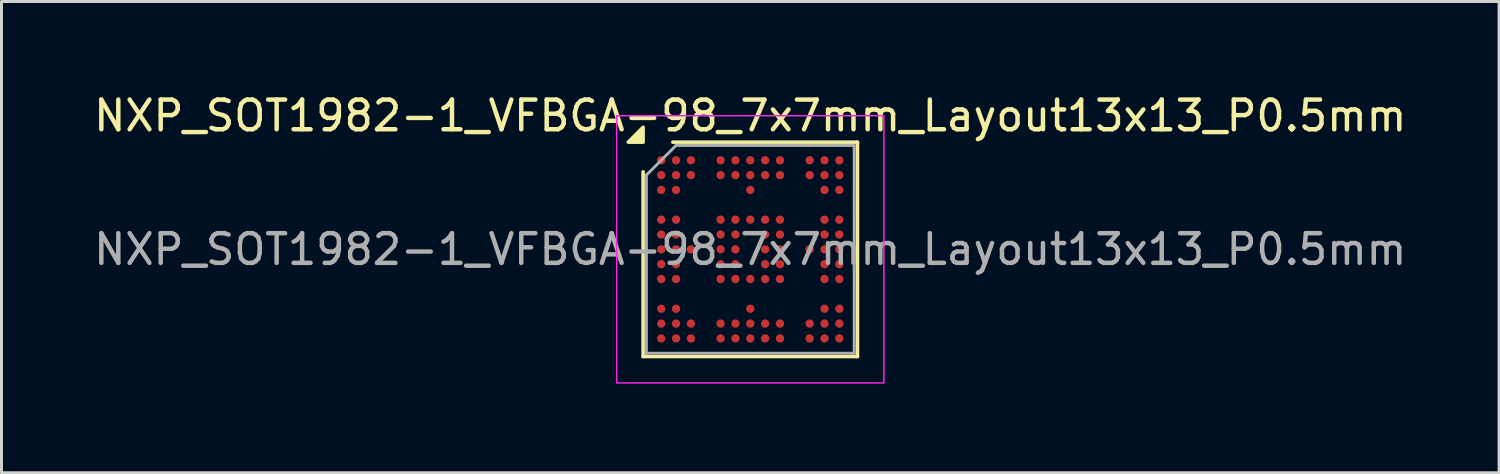
<source format=kicad_pcb>
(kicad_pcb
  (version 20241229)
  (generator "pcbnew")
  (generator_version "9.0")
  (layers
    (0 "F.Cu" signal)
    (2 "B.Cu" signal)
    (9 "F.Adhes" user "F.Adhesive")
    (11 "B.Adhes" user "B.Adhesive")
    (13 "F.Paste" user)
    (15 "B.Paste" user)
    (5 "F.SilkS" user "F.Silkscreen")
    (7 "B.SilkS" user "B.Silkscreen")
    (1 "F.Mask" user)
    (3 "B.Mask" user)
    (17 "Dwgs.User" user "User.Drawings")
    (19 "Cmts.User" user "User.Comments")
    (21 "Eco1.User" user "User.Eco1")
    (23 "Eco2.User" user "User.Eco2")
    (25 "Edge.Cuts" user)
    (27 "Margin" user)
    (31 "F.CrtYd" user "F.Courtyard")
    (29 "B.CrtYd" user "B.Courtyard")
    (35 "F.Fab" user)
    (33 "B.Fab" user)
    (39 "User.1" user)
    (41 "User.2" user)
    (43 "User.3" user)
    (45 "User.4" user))
  (footprint "NXP_SOT1982-1_VFBGA-98_7x7mm_Layout13x13_P0.5mm"
    (layer "F.Cu")
    (at 22.22 5.348)
    (property "Reference" "NXP_SOT1982-1_VFBGA-98_7x7mm_Layout13x13_P0.5mm" (at 0 -4.5 0) (layer "F.SilkS") (effects (font (size 1 1) (thickness 0.15))))
    (attr smd)
    (fp_line (start -3.61 3.61) (end -3.61 -2.61) (stroke (width 0.12) (type solid)) (layer "F.SilkS"))
    (fp_line (start -2.61 -3.61) (end 3.61 -3.61) (stroke (width 0.12) (type solid)) (layer "F.SilkS"))
    (fp_line (start 3.61 -3.61) (end 3.61 3.61) (stroke (width 0.12) (type solid)) (layer "F.SilkS"))
    (fp_line (start 3.61 3.61) (end -3.61 3.61) (stroke (width 0.12) (type solid)) (layer "F.SilkS"))
    (fp_poly (pts (xy -3.61 -3.61) (xy -4.11 -3.61) (xy -3.61 -4.11)) (stroke (width 0.12) (type solid)) (fill yes) (layer "F.SilkS"))
    (fp_rect (start -4.5 -4.5) (end 4.5 4.5) (stroke (width 0.05) (type solid)) (fill no) (layer "F.CrtYd"))
    (fp_line (start -3.5 -2.5) (end -2.5 -3.5) (stroke (width 0.1) (type solid)) (layer "F.Fab"))
    (fp_line (start -3.5 3.5) (end -3.5 -2.5) (stroke (width 0.1) (type solid)) (layer "F.Fab"))
    (fp_line (start -2.5 -3.5) (end 3.5 -3.5) (stroke (width 0.1) (type solid)) (layer "F.Fab"))
    (fp_line (start 3.5 -3.5) (end 3.5 3.5) (stroke (width 0.1) (type solid)) (layer "F.Fab"))
    (fp_line (start 3.5 3.5) (end -3.5 3.5) (stroke (width 0.1) (type solid)) (layer "F.Fab"))
    (fp_text user "${REFERENCE}" (at 0 0 0) (layer "F.Fab") (effects (font (size 1 1) (thickness 0.15))))
    (pad "A1" smd circle (at -3 -3) (size 0.28 0.28) (property pad_prop_bga) (layers "F.Cu" "F.Mask" "F.Paste"))
    (pad "A2" smd circle (at -2.5 -3) (size 0.28 0.28) (property pad_prop_bga) (layers "F.Cu" "F.Mask" "F.Paste"))
    (pad "A3" smd circle (at -2 -3) (size 0.28 0.28) (property pad_prop_bga) (layers "F.Cu" "F.Mask" "F.Paste"))
    (pad "A5" smd circle (at -1 -3) (size 0.28 0.28) (property pad_prop_bga) (layers "F.Cu" "F.Mask" "F.Paste"))
    (pad "A6" smd circle (at -0.5 -3) (size 0.28 0.28) (property pad_prop_bga) (layers "F.Cu" "F.Mask" "F.Paste"))
    (pad "A7" smd circle (at 0 -3) (size 0.28 0.28) (property pad_prop_bga) (layers "F.Cu" "F.Mask" "F.Paste"))
    (pad "A8" smd circle (at 0.5 -3) (size 0.28 0.28) (property pad_prop_bga) (layers "F.Cu" "F.Mask" "F.Paste"))
    (pad "A9" smd circle (at 1 -3) (size 0.28 0.28) (property pad_prop_bga) (layers "F.Cu" "F.Mask" "F.Paste"))
    (pad "A11" smd circle (at 2 -3) (size 0.28 0.28) (property pad_prop_bga) (layers "F.Cu" "F.Mask" "F.Paste"))
    (pad "A12" smd circle (at 2.5 -3) (size 0.28 0.28) (property pad_prop_bga) (layers "F.Cu" "F.Mask" "F.Paste"))
    (pad "A13" smd circle (at 3 -3) (size 0.28 0.28) (property pad_prop_bga) (layers "F.Cu" "F.Mask" "F.Paste"))
    (pad "B1" smd circle (at -3 -2.5) (size 0.28 0.28) (property pad_prop_bga) (layers "F.Cu" "F.Mask" "F.Paste"))
    (pad "B2" smd circle (at -2.5 -2.5) (size 0.28 0.28) (property pad_prop_bga) (layers "F.Cu" "F.Mask" "F.Paste"))
    (pad "B3" smd circle (at -2 -2.5) (size 0.28 0.28) (property pad_prop_bga) (layers "F.Cu" "F.Mask" "F.Paste"))
    (pad "B5" smd circle (at -1 -2.5) (size 0.28 0.28) (property pad_prop_bga) (layers "F.Cu" "F.Mask" "F.Paste"))
    (pad "B6" smd circle (at -0.5 -2.5) (size 0.28 0.28) (property pad_prop_bga) (layers "F.Cu" "F.Mask" "F.Paste"))
    (pad "B7" smd circle (at 0 -2.5) (size 0.28 0.28) (property pad_prop_bga) (layers "F.Cu" "F.Mask" "F.Paste"))
    (pad "B8" smd circle (at 0.5 -2.5) (size 0.28 0.28) (property pad_prop_bga) (layers "F.Cu" "F.Mask" "F.Paste"))
    (pad "B9" smd circle (at 1 -2.5) (size 0.28 0.28) (property pad_prop_bga) (layers "F.Cu" "F.Mask" "F.Paste"))
    (pad "B11" smd circle (at 2 -2.5) (size 0.28 0.28) (property pad_prop_bga) (layers "F.Cu" "F.Mask" "F.Paste"))
    (pad "B12" smd circle (at 2.5 -2.5) (size 0.28 0.28) (property pad_prop_bga) (layers "F.Cu" "F.Mask" "F.Paste"))
    (pad "B13" smd circle (at 3 -2.5) (size 0.28 0.28) (property pad_prop_bga) (layers "F.Cu" "F.Mask" "F.Paste"))
    (pad "C1" smd circle (at -3 -2) (size 0.28 0.28) (property pad_prop_bga) (layers "F.Cu" "F.Mask" "F.Paste"))
    (pad "C2" smd circle (at -2.5 -2) (size 0.28 0.28) (property pad_prop_bga) (layers "F.Cu" "F.Mask" "F.Paste"))
    (pad "C7" smd circle (at 0 -2) (size 0.28 0.28) (property pad_prop_bga) (layers "F.Cu" "F.Mask" "F.Paste"))
    (pad "C12" smd circle (at 2.5 -2) (size 0.28 0.28) (property pad_prop_bga) (layers "F.Cu" "F.Mask" "F.Paste"))
    (pad "C13" smd circle (at 3 -2) (size 0.28 0.28) (property pad_prop_bga) (layers "F.Cu" "F.Mask" "F.Paste"))
    (pad "E1" smd circle (at -3 -1) (size 0.28 0.28) (property pad_prop_bga) (layers "F.Cu" "F.Mask" "F.Paste"))
    (pad "E2" smd circle (at -2.5 -1) (size 0.28 0.28) (property pad_prop_bga) (layers "F.Cu" "F.Mask" "F.Paste"))
    (pad "E5" smd circle (at -1 -1) (size 0.28 0.28) (property pad_prop_bga) (layers "F.Cu" "F.Mask" "F.Paste"))
    (pad "E6" smd circle (at -0.5 -1) (size 0.28 0.28) (property pad_prop_bga) (layers "F.Cu" "F.Mask" "F.Paste"))
    (pad "E7" smd circle (at 0 -1) (size 0.28 0.28) (property pad_prop_bga) (layers "F.Cu" "F.Mask" "F.Paste"))
    (pad "E8" smd circle (at 0.5 -1) (size 0.28 0.28) (property pad_prop_bga) (layers "F.Cu" "F.Mask" "F.Paste"))
    (pad "E9" smd circle (at 1 -1) (size 0.28 0.28) (property pad_prop_bga) (layers "F.Cu" "F.Mask" "F.Paste"))
    (pad "E12" smd circle (at 2.5 -1) (size 0.28 0.28) (property pad_prop_bga) (layers "F.Cu" "F.Mask" "F.Paste"))
    (pad "E13" smd circle (at 3 -1) (size 0.28 0.28) (property pad_prop_bga) (layers "F.Cu" "F.Mask" "F.Paste"))
    (pad "F1" smd circle (at -3 -0.5) (size 0.28 0.28) (property pad_prop_bga) (layers "F.Cu" "F.Mask" "F.Paste"))
    (pad "F2" smd circle (at -2.5 -0.5) (size 0.28 0.28) (property pad_prop_bga) (layers "F.Cu" "F.Mask" "F.Paste"))
    (pad "F5" smd circle (at -1 -0.5) (size 0.28 0.28) (property pad_prop_bga) (layers "F.Cu" "F.Mask" "F.Paste"))
    (pad "F6" smd circle (at -0.5 -0.5) (size 0.28 0.28) (property pad_prop_bga) (layers "F.Cu" "F.Mask" "F.Paste"))
    (pad "F8" smd circle (at 0.5 -0.5) (size 0.28 0.28) (property pad_prop_bga) (layers "F.Cu" "F.Mask" "F.Paste"))
    (pad "F9" smd circle (at 1 -0.5) (size 0.28 0.28) (property pad_prop_bga) (layers "F.Cu" "F.Mask" "F.Paste"))
    (pad "F12" smd circle (at 2.5 -0.5) (size 0.28 0.28) (property pad_prop_bga) (layers "F.Cu" "F.Mask" "F.Paste"))
    (pad "F13" smd circle (at 3 -0.5) (size 0.28 0.28) (property pad_prop_bga) (layers "F.Cu" "F.Mask" "F.Paste"))
    (pad "G1" smd circle (at -3 0) (size 0.28 0.28) (property pad_prop_bga) (layers "F.Cu" "F.Mask" "F.Paste"))
    (pad "G2" smd circle (at -2.5 0) (size 0.28 0.28) (property pad_prop_bga) (layers "F.Cu" "F.Mask" "F.Paste"))
    (pad "G3" smd circle (at -2 0) (size 0.28 0.28) (property pad_prop_bga) (layers "F.Cu" "F.Mask" "F.Paste"))
    (pad "G5" smd circle (at -1 0) (size 0.28 0.28) (property pad_prop_bga) (layers "F.Cu" "F.Mask" "F.Paste"))
    (pad "G6" smd circle (at -0.5 0) (size 0.28 0.28) (property pad_prop_bga) (layers "F.Cu" "F.Mask" "F.Paste"))
    (pad "G8" smd circle (at 0.5 0) (size 0.28 0.28) (property pad_prop_bga) (layers "F.Cu" "F.Mask" "F.Paste"))
    (pad "G9" smd circle (at 1 0) (size 0.28 0.28) (property pad_prop_bga) (layers "F.Cu" "F.Mask" "F.Paste"))
    (pad "G11" smd circle (at 2 0) (size 0.28 0.28) (property pad_prop_bga) (layers "F.Cu" "F.Mask" "F.Paste"))
    (pad "G12" smd circle (at 2.5 0) (size 0.28 0.28) (property pad_prop_bga) (layers "F.Cu" "F.Mask" "F.Paste"))
    (pad "G13" smd circle (at 3 0) (size 0.28 0.28) (property pad_prop_bga) (layers "F.Cu" "F.Mask" "F.Paste"))
    (pad "H1" smd circle (at -3 0.5) (size 0.28 0.28) (property pad_prop_bga) (layers "F.Cu" "F.Mask" "F.Paste"))
    (pad "H2" smd circle (at -2.5 0.5) (size 0.28 0.28) (property pad_prop_bga) (layers "F.Cu" "F.Mask" "F.Paste"))
    (pad "H5" smd circle (at -1 0.5) (size 0.28 0.28) (property pad_prop_bga) (layers "F.Cu" "F.Mask" "F.Paste"))
    (pad "H6" smd circle (at -0.5 0.5) (size 0.28 0.28) (property pad_prop_bga) (layers "F.Cu" "F.Mask" "F.Paste"))
    (pad "H8" smd circle (at 0.5 0.5) (size 0.28 0.28) (property pad_prop_bga) (layers "F.Cu" "F.Mask" "F.Paste"))
    (pad "H9" smd circle (at 1 0.5) (size 0.28 0.28) (property pad_prop_bga) (layers "F.Cu" "F.Mask" "F.Paste"))
    (pad "H12" smd circle (at 2.5 0.5) (size 0.28 0.28) (property pad_prop_bga) (layers "F.Cu" "F.Mask" "F.Paste"))
    (pad "H13" smd circle (at 3 0.5) (size 0.28 0.28) (property pad_prop_bga) (layers "F.Cu" "F.Mask" "F.Paste"))
    (pad "J1" smd circle (at -3 1) (size 0.28 0.28) (property pad_prop_bga) (layers "F.Cu" "F.Mask" "F.Paste"))
    (pad "J2" smd circle (at -2.5 1) (size 0.28 0.28) (property pad_prop_bga) (layers "F.Cu" "F.Mask" "F.Paste"))
    (pad "J5" smd circle (at -1 1) (size 0.28 0.28) (property pad_prop_bga) (layers "F.Cu" "F.Mask" "F.Paste"))
    (pad "J6" smd circle (at -0.5 1) (size 0.28 0.28) (property pad_prop_bga) (layers "F.Cu" "F.Mask" "F.Paste"))
    (pad "J7" smd circle (at 0 1) (size 0.28 0.28) (property pad_prop_bga) (layers "F.Cu" "F.Mask" "F.Paste"))
    (pad "J8" smd circle (at 0.5 1) (size 0.28 0.28) (property pad_prop_bga) (layers "F.Cu" "F.Mask" "F.Paste"))
    (pad "J9" smd circle (at 1 1) (size 0.28 0.28) (property pad_prop_bga) (layers "F.Cu" "F.Mask" "F.Paste"))
    (pad "J12" smd circle (at 2.5 1) (size 0.28 0.28) (property pad_prop_bga) (layers "F.Cu" "F.Mask" "F.Paste"))
    (pad "J13" smd circle (at 3 1) (size 0.28 0.28) (property pad_prop_bga) (layers "F.Cu" "F.Mask" "F.Paste"))
    (pad "L1" smd circle (at -3 2) (size 0.28 0.28) (property pad_prop_bga) (layers "F.Cu" "F.Mask" "F.Paste"))
    (pad "L2" smd circle (at -2.5 2) (size 0.28 0.28) (property pad_prop_bga) (layers "F.Cu" "F.Mask" "F.Paste"))
    (pad "L7" smd circle (at 0 2) (size 0.28 0.28) (property pad_prop_bga) (layers "F.Cu" "F.Mask" "F.Paste"))
    (pad "L12" smd circle (at 2.5 2) (size 0.28 0.28) (property pad_prop_bga) (layers "F.Cu" "F.Mask" "F.Paste"))
    (pad "L13" smd circle (at 3 2) (size 0.28 0.28) (property pad_prop_bga) (layers "F.Cu" "F.Mask" "F.Paste"))
    (pad "M1" smd circle (at -3 2.5) (size 0.28 0.28) (property pad_prop_bga) (layers "F.Cu" "F.Mask" "F.Paste"))
    (pad "M2" smd circle (at -2.5 2.5) (size 0.28 0.28) (property pad_prop_bga) (layers "F.Cu" "F.Mask" "F.Paste"))
    (pad "M3" smd circle (at -2 2.5) (size 0.28 0.28) (property pad_prop_bga) (layers "F.Cu" "F.Mask" "F.Paste"))
    (pad "M5" smd circle (at -1 2.5) (size 0.28 0.28) (property pad_prop_bga) (layers "F.Cu" "F.Mask" "F.Paste"))
    (pad "M6" smd circle (at -0.5 2.5) (size 0.28 0.28) (property pad_prop_bga) (layers "F.Cu" "F.Mask" "F.Paste"))
    (pad "M7" smd circle (at 0 2.5) (size 0.28 0.28) (property pad_prop_bga) (layers "F.Cu" "F.Mask" "F.Paste"))
    (pad "M8" smd circle (at 0.5 2.5) (size 0.28 0.28) (property pad_prop_bga) (layers "F.Cu" "F.Mask" "F.Paste"))
    (pad "M9" smd circle (at 1 2.5) (size 0.28 0.28) (property pad_prop_bga) (layers "F.Cu" "F.Mask" "F.Paste"))
    (pad "M11" smd circle (at 2 2.5) (size 0.28 0.28) (property pad_prop_bga) (layers "F.Cu" "F.Mask" "F.Paste"))
    (pad "M12" smd circle (at 2.5 2.5) (size 0.28 0.28) (property pad_prop_bga) (layers "F.Cu" "F.Mask" "F.Paste"))
    (pad "M13" smd circle (at 3 2.5) (size 0.28 0.28) (property pad_prop_bga) (layers "F.Cu" "F.Mask" "F.Paste"))
    (pad "N1" smd circle (at -3 3) (size 0.28 0.28) (property pad_prop_bga) (layers "F.Cu" "F.Mask" "F.Paste"))
    (pad "N2" smd circle (at -2.5 3) (size 0.28 0.28) (property pad_prop_bga) (layers "F.Cu" "F.Mask" "F.Paste"))
    (pad "N3" smd circle (at -2 3) (size 0.28 0.28) (property pad_prop_bga) (layers "F.Cu" "F.Mask" "F.Paste"))
    (pad "N5" smd circle (at -1 3) (size 0.28 0.28) (property pad_prop_bga) (layers "F.Cu" "F.Mask" "F.Paste"))
    (pad "N6" smd circle (at -0.5 3) (size 0.28 0.28) (property pad_prop_bga) (layers "F.Cu" "F.Mask" "F.Paste"))
    (pad "N7" smd circle (at 0 3) (size 0.28 0.28) (property pad_prop_bga) (layers "F.Cu" "F.Mask" "F.Paste"))
    (pad "N8" smd circle (at 0.5 3) (size 0.28 0.28) (property pad_prop_bga) (layers "F.Cu" "F.Mask" "F.Paste"))
    (pad "N9" smd circle (at 1 3) (size 0.28 0.28) (property pad_prop_bga) (layers "F.Cu" "F.Mask" "F.Paste"))
    (pad "N11" smd circle (at 2 3) (size 0.28 0.28) (property pad_prop_bga) (layers "F.Cu" "F.Mask" "F.Paste"))
    (pad "N12" smd circle (at 2.5 3) (size 0.28 0.28) (property pad_prop_bga) (layers "F.Cu" "F.Mask" "F.Paste"))
    (pad "N13" smd circle (at 3 3) (size 0.28 0.28) (property pad_prop_bga) (layers "F.Cu" "F.Mask" "F.Paste")))
  (gr_rect
    (start -3 -3)
    (end 47.44 12.873)
    (stroke (width 0.1) (type default))
    (fill no)
    (layer "Edge.Cuts")))
</source>
